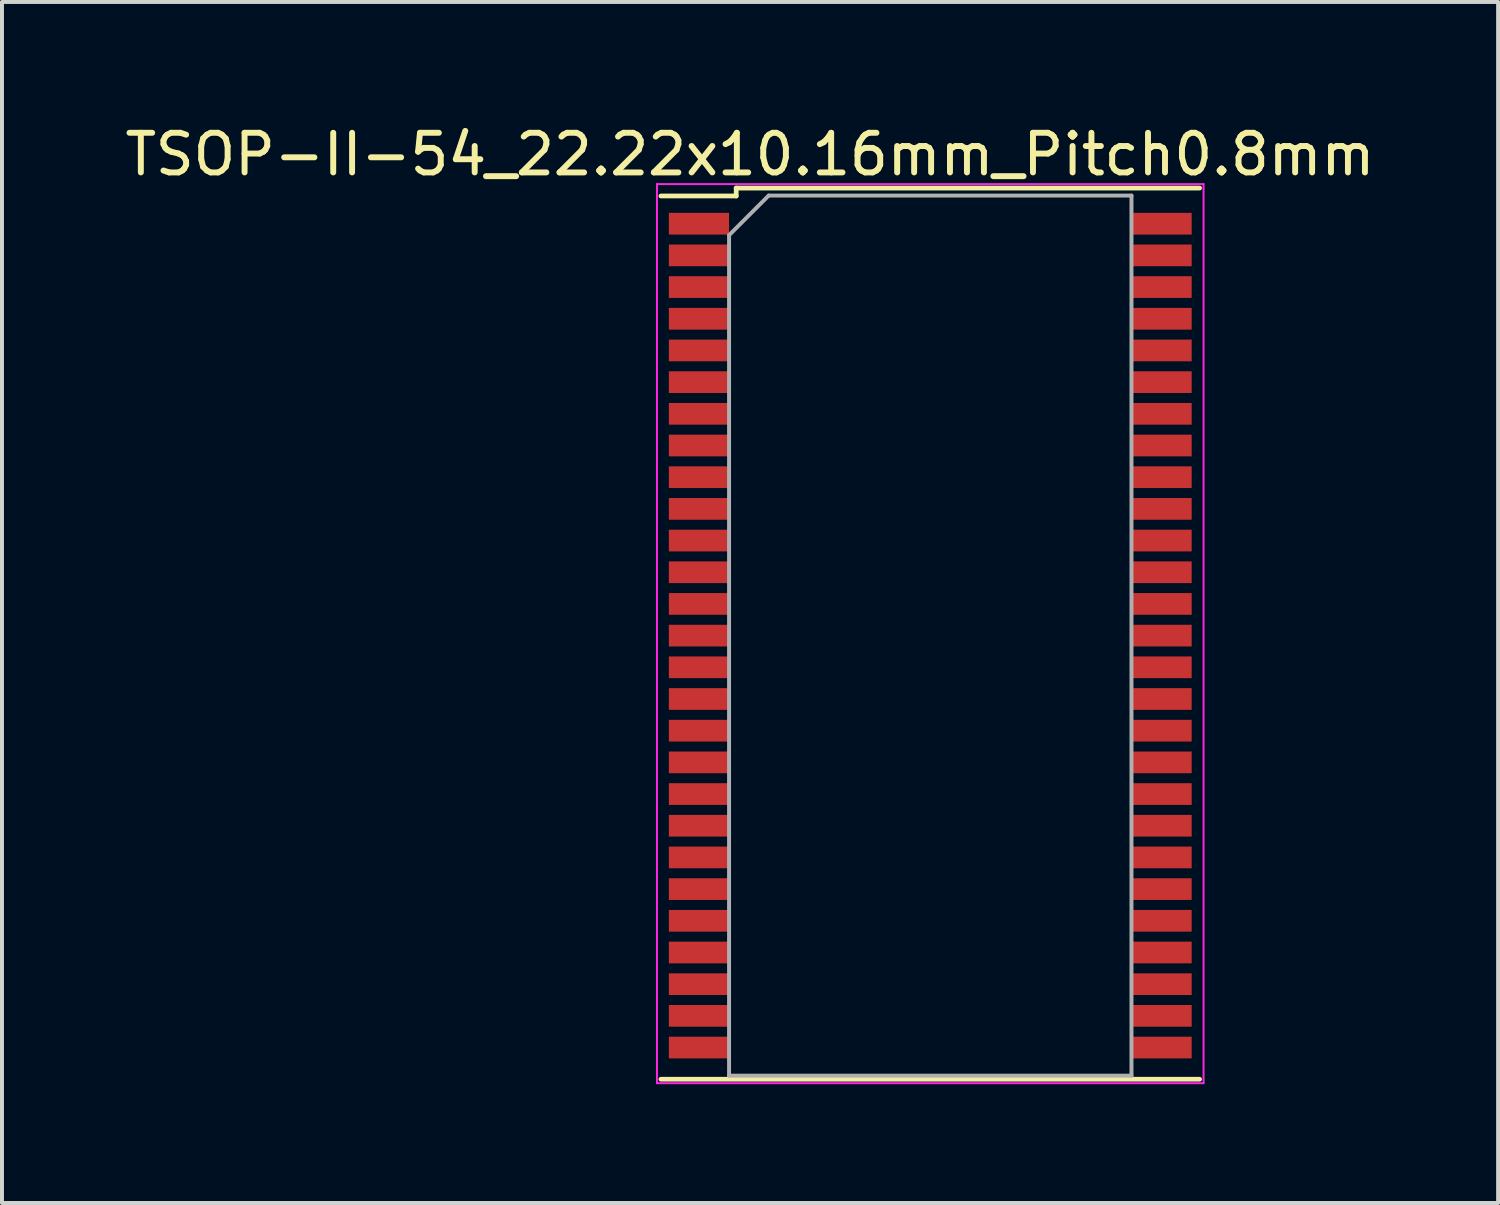
<source format=kicad_pcb>
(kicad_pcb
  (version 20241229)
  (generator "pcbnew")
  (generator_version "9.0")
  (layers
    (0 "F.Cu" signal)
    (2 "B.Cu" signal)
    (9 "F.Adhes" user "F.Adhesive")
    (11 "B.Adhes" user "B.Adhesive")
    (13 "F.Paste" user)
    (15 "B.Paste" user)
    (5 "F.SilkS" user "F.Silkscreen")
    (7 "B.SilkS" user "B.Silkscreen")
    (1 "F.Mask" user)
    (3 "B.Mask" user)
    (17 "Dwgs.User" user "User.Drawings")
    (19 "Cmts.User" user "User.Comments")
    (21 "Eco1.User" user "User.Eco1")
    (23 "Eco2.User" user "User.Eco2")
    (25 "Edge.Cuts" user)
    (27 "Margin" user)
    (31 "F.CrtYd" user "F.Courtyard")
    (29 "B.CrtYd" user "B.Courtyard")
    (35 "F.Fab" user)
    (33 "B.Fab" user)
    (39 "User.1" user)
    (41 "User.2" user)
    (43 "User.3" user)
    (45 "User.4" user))
  (footprint "TSOP-II-54_22.22x10.16mm_Pitch0.8mm"
    (layer "F.Cu")
    (at 20.437 12.998)
    (property "Reference" "TSOP-II-54_22.22x10.16mm_Pitch0.8mm" (at -4.55 -12.15 0) (layer "F.SilkS") (effects (font (size 1 1) (thickness 0.15))))
    (attr smd)
    (fp_line (start -6.8 11.2) (end 6.8 11.2) (stroke (width 0.12) (type solid)) (layer "F.SilkS"))
    (fp_line (start -4.9 -11.3) (end -4.9 -11.1) (stroke (width 0.12) (type solid)) (layer "F.SilkS"))
    (fp_line (start -4.9 -11.3) (end 6.8 -11.3) (stroke (width 0.12) (type solid)) (layer "F.SilkS"))
    (fp_line (start -4.9 -11.1) (end -6.8 -11.1) (stroke (width 0.12) (type solid)) (layer "F.SilkS"))
    (fp_line (start -6.9 -11.4) (end -6.9 11.3) (stroke (width 0.05) (type solid)) (layer "F.CrtYd"))
    (fp_line (start -6.9 -11.4) (end 6.9 -11.4) (stroke (width 0.05) (type solid)) (layer "F.CrtYd"))
    (fp_line (start -6.9 11.3) (end 6.9 11.3) (stroke (width 0.05) (type solid)) (layer "F.CrtYd"))
    (fp_line (start 6.9 -11.4) (end 6.9 11.3) (stroke (width 0.05) (type solid)) (layer "F.CrtYd"))
    (fp_line (start -5.08 -10.11) (end -4.08 -11.11) (stroke (width 0.1) (type solid)) (layer "F.Fab"))
    (fp_line (start -5.08 11.11) (end -5.08 -10.11) (stroke (width 0.1) (type solid)) (layer "F.Fab"))
    (fp_line (start -4.08 -11.11) (end 5.08 -11.11) (stroke (width 0.1) (type solid)) (layer "F.Fab"))
    (fp_line (start 5.08 -11.11) (end 5.08 11.11) (stroke (width 0.1) (type solid)) (layer "F.Fab"))
    (fp_line (start 5.08 11.11) (end -5.08 11.11) (stroke (width 0.1) (type solid)) (layer "F.Fab"))
    (pad "1" smd rect (at -5.84 -10.4) (size 1.52 0.548) (layers "F.Cu" "F.Mask" "F.Paste"))
    (pad "2" smd rect (at -5.84 -9.6) (size 1.52 0.548) (layers "F.Cu" "F.Mask" "F.Paste"))
    (pad "3" smd rect (at -5.84 -8.8) (size 1.52 0.548) (layers "F.Cu" "F.Mask" "F.Paste"))
    (pad "4" smd rect (at -5.84 -8) (size 1.52 0.548) (layers "F.Cu" "F.Mask" "F.Paste"))
    (pad "5" smd rect (at -5.84 -7.2) (size 1.52 0.548) (layers "F.Cu" "F.Mask" "F.Paste"))
    (pad "6" smd rect (at -5.84 -6.4) (size 1.52 0.548) (layers "F.Cu" "F.Mask" "F.Paste"))
    (pad "7" smd rect (at -5.84 -5.6) (size 1.52 0.548) (layers "F.Cu" "F.Mask" "F.Paste"))
    (pad "8" smd rect (at -5.84 -4.8) (size 1.52 0.548) (layers "F.Cu" "F.Mask" "F.Paste"))
    (pad "9" smd rect (at -5.84 -4) (size 1.52 0.548) (layers "F.Cu" "F.Mask" "F.Paste"))
    (pad "10" smd rect (at -5.84 -3.2) (size 1.52 0.548) (layers "F.Cu" "F.Mask" "F.Paste"))
    (pad "11" smd rect (at -5.84 -2.4) (size 1.52 0.548) (layers "F.Cu" "F.Mask" "F.Paste"))
    (pad "12" smd rect (at -5.84 -1.6) (size 1.52 0.548) (layers "F.Cu" "F.Mask" "F.Paste"))
    (pad "13" smd rect (at -5.84 -0.8) (size 1.52 0.548) (layers "F.Cu" "F.Mask" "F.Paste"))
    (pad "14" smd rect (at -5.84 0) (size 1.52 0.548) (layers "F.Cu" "F.Mask" "F.Paste"))
    (pad "15" smd rect (at -5.84 0.8) (size 1.52 0.548) (layers "F.Cu" "F.Mask" "F.Paste"))
    (pad "16" smd rect (at -5.84 1.6) (size 1.52 0.548) (layers "F.Cu" "F.Mask" "F.Paste"))
    (pad "17" smd rect (at -5.84 2.4) (size 1.52 0.548) (layers "F.Cu" "F.Mask" "F.Paste"))
    (pad "18" smd rect (at -5.84 3.2) (size 1.52 0.548) (layers "F.Cu" "F.Mask" "F.Paste"))
    (pad "19" smd rect (at -5.84 4) (size 1.52 0.548) (layers "F.Cu" "F.Mask" "F.Paste"))
    (pad "20" smd rect (at -5.84 4.8) (size 1.52 0.548) (layers "F.Cu" "F.Mask" "F.Paste"))
    (pad "21" smd rect (at -5.84 5.6) (size 1.52 0.548) (layers "F.Cu" "F.Mask" "F.Paste"))
    (pad "22" smd rect (at -5.84 6.4) (size 1.52 0.548) (layers "F.Cu" "F.Mask" "F.Paste"))
    (pad "23" smd rect (at -5.84 7.2) (size 1.52 0.548) (layers "F.Cu" "F.Mask" "F.Paste"))
    (pad "24" smd rect (at -5.84 8) (size 1.52 0.548) (layers "F.Cu" "F.Mask" "F.Paste"))
    (pad "25" smd rect (at -5.84 8.8) (size 1.52 0.548) (layers "F.Cu" "F.Mask" "F.Paste"))
    (pad "26" smd rect (at -5.84 9.6) (size 1.52 0.548) (layers "F.Cu" "F.Mask" "F.Paste"))
    (pad "27" smd rect (at -5.84 10.4) (size 1.52 0.548) (layers "F.Cu" "F.Mask" "F.Paste"))
    (pad "28" smd rect (at 5.84 10.4) (size 1.52 0.548) (layers "F.Cu" "F.Mask" "F.Paste"))
    (pad "29" smd rect (at 5.84 9.6) (size 1.52 0.548) (layers "F.Cu" "F.Mask" "F.Paste"))
    (pad "30" smd rect (at 5.84 8.8) (size 1.52 0.548) (layers "F.Cu" "F.Mask" "F.Paste"))
    (pad "31" smd rect (at 5.84 8) (size 1.52 0.548) (layers "F.Cu" "F.Mask" "F.Paste"))
    (pad "32" smd rect (at 5.84 7.2) (size 1.52 0.548) (layers "F.Cu" "F.Mask" "F.Paste"))
    (pad "33" smd rect (at 5.84 6.4) (size 1.52 0.548) (layers "F.Cu" "F.Mask" "F.Paste"))
    (pad "34" smd rect (at 5.84 5.6) (size 1.52 0.548) (layers "F.Cu" "F.Mask" "F.Paste"))
    (pad "35" smd rect (at 5.84 4.8) (size 1.52 0.548) (layers "F.Cu" "F.Mask" "F.Paste"))
    (pad "36" smd rect (at 5.84 4) (size 1.52 0.548) (layers "F.Cu" "F.Mask" "F.Paste"))
    (pad "37" smd rect (at 5.84 3.2) (size 1.52 0.548) (layers "F.Cu" "F.Mask" "F.Paste"))
    (pad "38" smd rect (at 5.84 2.4) (size 1.52 0.548) (layers "F.Cu" "F.Mask" "F.Paste"))
    (pad "39" smd rect (at 5.84 1.6) (size 1.52 0.548) (layers "F.Cu" "F.Mask" "F.Paste"))
    (pad "40" smd rect (at 5.84 0.8) (size 1.52 0.548) (layers "F.Cu" "F.Mask" "F.Paste"))
    (pad "41" smd rect (at 5.84 0) (size 1.52 0.548) (layers "F.Cu" "F.Mask" "F.Paste"))
    (pad "42" smd rect (at 5.84 -0.8) (size 1.52 0.548) (layers "F.Cu" "F.Mask" "F.Paste"))
    (pad "43" smd rect (at 5.84 -1.6) (size 1.52 0.548) (layers "F.Cu" "F.Mask" "F.Paste"))
    (pad "44" smd rect (at 5.84 -2.4) (size 1.52 0.548) (layers "F.Cu" "F.Mask" "F.Paste"))
    (pad "45" smd rect (at 5.84 -3.2) (size 1.52 0.548) (layers "F.Cu" "F.Mask" "F.Paste"))
    (pad "46" smd rect (at 5.84 -4) (size 1.52 0.548) (layers "F.Cu" "F.Mask" "F.Paste"))
    (pad "47" smd rect (at 5.84 -4.8) (size 1.52 0.548) (layers "F.Cu" "F.Mask" "F.Paste"))
    (pad "48" smd rect (at 5.84 -5.6) (size 1.52 0.548) (layers "F.Cu" "F.Mask" "F.Paste"))
    (pad "49" smd rect (at 5.84 -6.4) (size 1.52 0.548) (layers "F.Cu" "F.Mask" "F.Paste"))
    (pad "50" smd rect (at 5.84 -7.2) (size 1.52 0.548) (layers "F.Cu" "F.Mask" "F.Paste"))
    (pad "51" smd rect (at 5.84 -8) (size 1.52 0.548) (layers "F.Cu" "F.Mask" "F.Paste"))
    (pad "52" smd rect (at 5.84 -8.8) (size 1.52 0.548) (layers "F.Cu" "F.Mask" "F.Paste"))
    (pad "53" smd rect (at 5.84 -9.6) (size 1.52 0.548) (layers "F.Cu" "F.Mask" "F.Paste"))
    (pad "54" smd rect (at 5.84 -10.4) (size 1.52 0.548) (layers "F.Cu" "F.Mask" "F.Paste")))
  (gr_rect
    (start -3 -3)
    (end 34.774 27.323)
    (stroke (width 0.1) (type default))
    (fill no)
    (layer "Edge.Cuts")))
</source>
